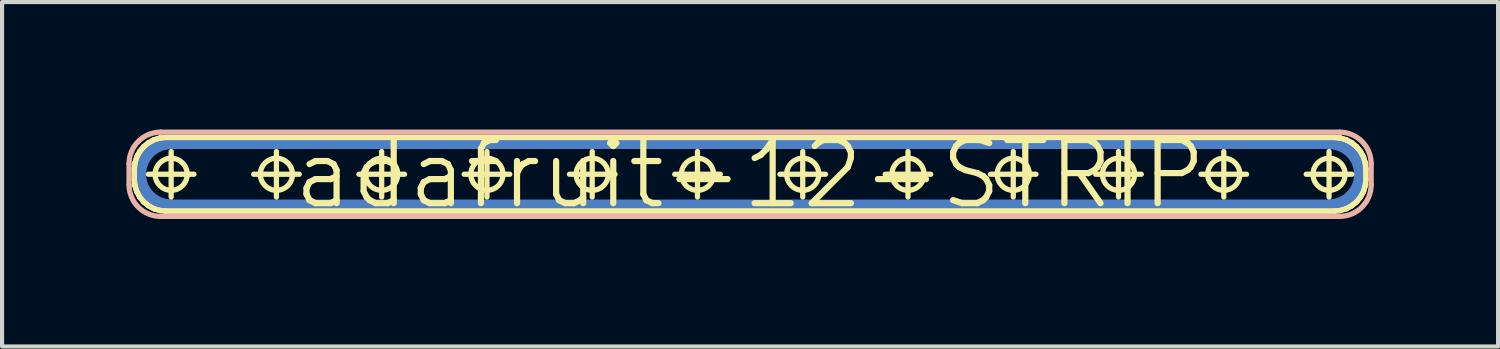
<source format=kicad_pcb>
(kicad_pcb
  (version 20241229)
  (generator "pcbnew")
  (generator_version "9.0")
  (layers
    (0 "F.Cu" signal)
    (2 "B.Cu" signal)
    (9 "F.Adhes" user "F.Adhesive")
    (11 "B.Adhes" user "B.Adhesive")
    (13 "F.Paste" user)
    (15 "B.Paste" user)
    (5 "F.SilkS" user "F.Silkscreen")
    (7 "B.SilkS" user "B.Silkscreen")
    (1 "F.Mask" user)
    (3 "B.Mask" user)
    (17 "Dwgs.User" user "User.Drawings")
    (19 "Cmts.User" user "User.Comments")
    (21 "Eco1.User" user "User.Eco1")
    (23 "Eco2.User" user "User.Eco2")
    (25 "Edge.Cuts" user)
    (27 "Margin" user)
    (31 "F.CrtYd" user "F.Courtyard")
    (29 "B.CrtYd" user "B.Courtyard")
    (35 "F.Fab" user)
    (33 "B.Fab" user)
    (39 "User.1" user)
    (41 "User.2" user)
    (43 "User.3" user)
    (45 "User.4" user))
  (footprint "adafruit-12-STRIP"
    (layer "F.Cu")
    (at 15.05 1.155)
    (property "Reference" "adafruit-12-STRIP" (at 0 0 0) (layer "F.SilkS") (effects (font (size 1.524 1.524) (thickness 0.15))))
    (attr exclude_from_pos_files exclude_from_bom)
    (fp_line (start -14.732 0) (end -14.717 -0.147) (stroke (width 0.305) (type solid)) (layer "B.Cu"))
    (fp_line (start -14.717 -0.147) (end -14.674 -0.29) (stroke (width 0.305) (type solid)) (layer "B.Cu"))
    (fp_line (start -14.717 0.147) (end -14.732 0) (stroke (width 0.305) (type solid)) (layer "B.Cu"))
    (fp_line (start -14.674 -0.29) (end -14.602 -0.422) (stroke (width 0.305) (type solid)) (layer "B.Cu"))
    (fp_line (start -14.674 0.29) (end -14.717 0.147) (stroke (width 0.305) (type solid)) (layer "B.Cu"))
    (fp_line (start -14.602 -0.422) (end -14.508 -0.538) (stroke (width 0.305) (type solid)) (layer "B.Cu"))
    (fp_line (start -14.602 0.422) (end -14.674 0.29) (stroke (width 0.305) (type solid)) (layer "B.Cu"))
    (fp_line (start -14.508 -0.538) (end -14.392 -0.632) (stroke (width 0.305) (type solid)) (layer "B.Cu"))
    (fp_line (start -14.508 0.538) (end -14.602 0.422) (stroke (width 0.305) (type solid)) (layer "B.Cu"))
    (fp_line (start -14.392 -0.632) (end -14.26 -0.704) (stroke (width 0.305) (type solid)) (layer "B.Cu"))
    (fp_line (start -14.392 0.632) (end -14.508 0.538) (stroke (width 0.305) (type solid)) (layer "B.Cu"))
    (fp_line (start -14.26 -0.704) (end -14.117 -0.747) (stroke (width 0.305) (type solid)) (layer "B.Cu"))
    (fp_line (start -14.26 0.704) (end -14.392 0.632) (stroke (width 0.305) (type solid)) (layer "B.Cu"))
    (fp_line (start -14.117 -0.747) (end -13.97 -0.762) (stroke (width 0.305) (type solid)) (layer "B.Cu"))
    (fp_line (start -14.117 0.747) (end -14.26 0.704) (stroke (width 0.305) (type solid)) (layer "B.Cu"))
    (fp_line (start -13.97 -0.762) (end 13.97 -0.762) (stroke (width 0.305) (type solid)) (layer "B.Cu"))
    (fp_line (start -13.97 0.762) (end -14.117 0.747) (stroke (width 0.305) (type solid)) (layer "B.Cu"))
    (fp_line (start 13.97 -0.762) (end 14.117 -0.747) (stroke (width 0.305) (type solid)) (layer "B.Cu"))
    (fp_line (start 13.97 0.762) (end -13.97 0.762) (stroke (width 0.305) (type solid)) (layer "B.Cu"))
    (fp_line (start 14.117 -0.747) (end 14.26 -0.704) (stroke (width 0.305) (type solid)) (layer "B.Cu"))
    (fp_line (start 14.117 0.747) (end 13.97 0.762) (stroke (width 0.305) (type solid)) (layer "B.Cu"))
    (fp_line (start 14.26 -0.704) (end 14.392 -0.632) (stroke (width 0.305) (type solid)) (layer "B.Cu"))
    (fp_line (start 14.26 0.704) (end 14.117 0.747) (stroke (width 0.305) (type solid)) (layer "B.Cu"))
    (fp_line (start 14.392 -0.632) (end 14.508 -0.538) (stroke (width 0.305) (type solid)) (layer "B.Cu"))
    (fp_line (start 14.392 0.632) (end 14.26 0.704) (stroke (width 0.305) (type solid)) (layer "B.Cu"))
    (fp_line (start 14.508 -0.538) (end 14.602 -0.422) (stroke (width 0.305) (type solid)) (layer "B.Cu"))
    (fp_line (start 14.508 0.538) (end 14.392 0.632) (stroke (width 0.305) (type solid)) (layer "B.Cu"))
    (fp_line (start 14.602 -0.422) (end 14.674 -0.29) (stroke (width 0.305) (type solid)) (layer "B.Cu"))
    (fp_line (start 14.602 0.422) (end 14.508 0.538) (stroke (width 0.305) (type solid)) (layer "B.Cu"))
    (fp_line (start 14.674 -0.29) (end 14.717 -0.147) (stroke (width 0.305) (type solid)) (layer "B.Cu"))
    (fp_line (start 14.674 0.29) (end 14.602 0.422) (stroke (width 0.305) (type solid)) (layer "B.Cu"))
    (fp_line (start 14.717 -0.147) (end 14.732 0) (stroke (width 0.305) (type solid)) (layer "B.Cu"))
    (fp_line (start 14.717 0.147) (end 14.674 0.29) (stroke (width 0.305) (type solid)) (layer "B.Cu"))
    (fp_line (start 14.732 0) (end 14.717 0.147) (stroke (width 0.305) (type solid)) (layer "B.Cu"))
    (fp_line (start -14.859 -0.127) (end -14.859 0.127) (stroke (width 0.127) (type solid)) (layer "F.SilkS"))
    (fp_line (start -14.859 -0.127) (end -14.844 -0.274) (stroke (width 0.127) (type solid)) (layer "F.SilkS"))
    (fp_line (start -14.859 0.127) (end -14.859 -0.127) (stroke (width 0.127) (type solid)) (layer "F.SilkS"))
    (fp_line (start -14.859 0.127) (end -14.844 0.274) (stroke (width 0.127) (type solid)) (layer "F.SilkS"))
    (fp_line (start -14.844 -0.274) (end -14.859 -0.127) (stroke (width 0.127) (type solid)) (layer "F.SilkS"))
    (fp_line (start -14.844 -0.274) (end -14.801 -0.417) (stroke (width 0.127) (type solid)) (layer "F.SilkS"))
    (fp_line (start -14.844 0.274) (end -14.859 0.127) (stroke (width 0.127) (type solid)) (layer "F.SilkS"))
    (fp_line (start -14.844 0.274) (end -14.801 0.417) (stroke (width 0.127) (type solid)) (layer "F.SilkS"))
    (fp_line (start -14.801 -0.417) (end -14.844 -0.274) (stroke (width 0.127) (type solid)) (layer "F.SilkS"))
    (fp_line (start -14.801 -0.417) (end -14.729 -0.549) (stroke (width 0.127) (type solid)) (layer "F.SilkS"))
    (fp_line (start -14.801 0.417) (end -14.844 0.274) (stroke (width 0.127) (type solid)) (layer "F.SilkS"))
    (fp_line (start -14.801 0.417) (end -14.729 0.549) (stroke (width 0.127) (type solid)) (layer "F.SilkS"))
    (fp_line (start -14.729 -0.549) (end -14.801 -0.417) (stroke (width 0.127) (type solid)) (layer "F.SilkS"))
    (fp_line (start -14.729 -0.549) (end -14.635 -0.665) (stroke (width 0.127) (type solid)) (layer "F.SilkS"))
    (fp_line (start -14.729 0.549) (end -14.801 0.417) (stroke (width 0.127) (type solid)) (layer "F.SilkS"))
    (fp_line (start -14.729 0.549) (end -14.635 0.665) (stroke (width 0.127) (type solid)) (layer "F.SilkS"))
    (fp_line (start -14.635 -0.665) (end -14.729 -0.549) (stroke (width 0.127) (type solid)) (layer "F.SilkS"))
    (fp_line (start -14.635 -0.665) (end -14.519 -0.759) (stroke (width 0.127) (type solid)) (layer "F.SilkS"))
    (fp_line (start -14.635 0.665) (end -14.729 0.549) (stroke (width 0.127) (type solid)) (layer "F.SilkS"))
    (fp_line (start -14.635 0.665) (end -14.519 0.759) (stroke (width 0.127) (type solid)) (layer "F.SilkS"))
    (fp_line (start -14.519 -0.759) (end -14.635 -0.665) (stroke (width 0.127) (type solid)) (layer "F.SilkS"))
    (fp_line (start -14.519 -0.759) (end -14.387 -0.831) (stroke (width 0.127) (type solid)) (layer "F.SilkS"))
    (fp_line (start -14.519 0) (end -13.419 0) (stroke (width 0.127) (type solid)) (layer "F.SilkS"))
    (fp_line (start -14.519 0.759) (end -14.635 0.665) (stroke (width 0.127) (type solid)) (layer "F.SilkS"))
    (fp_line (start -14.519 0.759) (end -14.387 0.831) (stroke (width 0.127) (type solid)) (layer "F.SilkS"))
    (fp_line (start -14.387 -0.831) (end -14.519 -0.759) (stroke (width 0.127) (type solid)) (layer "F.SilkS"))
    (fp_line (start -14.387 -0.831) (end -14.244 -0.874) (stroke (width 0.127) (type solid)) (layer "F.SilkS"))
    (fp_line (start -14.387 0.831) (end -14.519 0.759) (stroke (width 0.127) (type solid)) (layer "F.SilkS"))
    (fp_line (start -14.387 0.831) (end -14.244 0.874) (stroke (width 0.127) (type solid)) (layer "F.SilkS"))
    (fp_line (start -14.244 -0.874) (end -14.387 -0.831) (stroke (width 0.127) (type solid)) (layer "F.SilkS"))
    (fp_line (start -14.244 -0.874) (end -14.097 -0.889) (stroke (width 0.127) (type solid)) (layer "F.SilkS"))
    (fp_line (start -14.244 0.874) (end -14.387 0.831) (stroke (width 0.127) (type solid)) (layer "F.SilkS"))
    (fp_line (start -14.244 0.874) (end -14.097 0.889) (stroke (width 0.127) (type solid)) (layer "F.SilkS"))
    (fp_line (start -14.097 -0.889) (end -14.244 -0.874) (stroke (width 0.127) (type solid)) (layer "F.SilkS"))
    (fp_line (start -14.097 -0.889) (end 14.097 -0.889) (stroke (width 0.127) (type solid)) (layer "F.SilkS"))
    (fp_line (start -14.097 0.889) (end -14.244 0.874) (stroke (width 0.127) (type solid)) (layer "F.SilkS"))
    (fp_line (start -14.097 0.889) (end 14.097 0.889) (stroke (width 0.127) (type solid)) (layer "F.SilkS"))
    (fp_line (start -13.97 0.549) (end -13.97 -0.549) (stroke (width 0.127) (type solid)) (layer "F.SilkS"))
    (fp_line (start -11.979 0) (end -10.879 0) (stroke (width 0.127) (type solid)) (layer "F.SilkS"))
    (fp_line (start -11.43 0.549) (end -11.43 -0.549) (stroke (width 0.127) (type solid)) (layer "F.SilkS"))
    (fp_line (start -9.439 0) (end -8.339 0) (stroke (width 0.127) (type solid)) (layer "F.SilkS"))
    (fp_line (start -8.89 0.549) (end -8.89 -0.549) (stroke (width 0.127) (type solid)) (layer "F.SilkS"))
    (fp_line (start -6.899 0) (end -5.799 0) (stroke (width 0.127) (type solid)) (layer "F.SilkS"))
    (fp_line (start -6.35 0.549) (end -6.35 -0.549) (stroke (width 0.127) (type solid)) (layer "F.SilkS"))
    (fp_line (start -4.359 0) (end -3.259 0) (stroke (width 0.127) (type solid)) (layer "F.SilkS"))
    (fp_line (start -3.81 0.549) (end -3.81 -0.549) (stroke (width 0.127) (type solid)) (layer "F.SilkS"))
    (fp_line (start -1.819 0) (end -0.719 0) (stroke (width 0.127) (type solid)) (layer "F.SilkS"))
    (fp_line (start -1.27 0.549) (end -1.27 -0.549) (stroke (width 0.127) (type solid)) (layer "F.SilkS"))
    (fp_line (start 0.719 0) (end 1.819 0) (stroke (width 0.127) (type solid)) (layer "F.SilkS"))
    (fp_line (start 1.27 0.549) (end 1.27 -0.549) (stroke (width 0.127) (type solid)) (layer "F.SilkS"))
    (fp_line (start 3.259 0) (end 4.359 0) (stroke (width 0.127) (type solid)) (layer "F.SilkS"))
    (fp_line (start 3.81 0.549) (end 3.81 -0.549) (stroke (width 0.127) (type solid)) (layer "F.SilkS"))
    (fp_line (start 5.799 0) (end 6.899 0) (stroke (width 0.127) (type solid)) (layer "F.SilkS"))
    (fp_line (start 6.35 0.549) (end 6.35 -0.549) (stroke (width 0.127) (type solid)) (layer "F.SilkS"))
    (fp_line (start 8.339 0) (end 9.439 0) (stroke (width 0.127) (type solid)) (layer "F.SilkS"))
    (fp_line (start 8.89 0.549) (end 8.89 -0.549) (stroke (width 0.127) (type solid)) (layer "F.SilkS"))
    (fp_line (start 10.879 0) (end 11.979 0) (stroke (width 0.127) (type solid)) (layer "F.SilkS"))
    (fp_line (start 11.43 0.549) (end 11.43 -0.549) (stroke (width 0.127) (type solid)) (layer "F.SilkS"))
    (fp_line (start 13.419 0) (end 14.519 0) (stroke (width 0.127) (type solid)) (layer "F.SilkS"))
    (fp_line (start 13.97 0.549) (end 13.97 -0.549) (stroke (width 0.127) (type solid)) (layer "F.SilkS"))
    (fp_line (start 14.097 -0.889) (end -14.097 -0.889) (stroke (width 0.127) (type solid)) (layer "F.SilkS"))
    (fp_line (start 14.097 -0.889) (end 14.244 -0.874) (stroke (width 0.127) (type solid)) (layer "F.SilkS"))
    (fp_line (start 14.097 0.889) (end -14.097 0.889) (stroke (width 0.127) (type solid)) (layer "F.SilkS"))
    (fp_line (start 14.097 0.889) (end 14.244 0.874) (stroke (width 0.127) (type solid)) (layer "F.SilkS"))
    (fp_line (start 14.244 -0.874) (end 14.097 -0.889) (stroke (width 0.127) (type solid)) (layer "F.SilkS"))
    (fp_line (start 14.244 -0.874) (end 14.387 -0.831) (stroke (width 0.127) (type solid)) (layer "F.SilkS"))
    (fp_line (start 14.244 0.874) (end 14.097 0.889) (stroke (width 0.127) (type solid)) (layer "F.SilkS"))
    (fp_line (start 14.244 0.874) (end 14.387 0.831) (stroke (width 0.127) (type solid)) (layer "F.SilkS"))
    (fp_line (start 14.387 -0.831) (end 14.244 -0.874) (stroke (width 0.127) (type solid)) (layer "F.SilkS"))
    (fp_line (start 14.387 -0.831) (end 14.519 -0.759) (stroke (width 0.127) (type solid)) (layer "F.SilkS"))
    (fp_line (start 14.387 0.831) (end 14.244 0.874) (stroke (width 0.127) (type solid)) (layer "F.SilkS"))
    (fp_line (start 14.387 0.831) (end 14.519 0.759) (stroke (width 0.127) (type solid)) (layer "F.SilkS"))
    (fp_line (start 14.519 -0.759) (end 14.387 -0.831) (stroke (width 0.127) (type solid)) (layer "F.SilkS"))
    (fp_line (start 14.519 -0.759) (end 14.635 -0.665) (stroke (width 0.127) (type solid)) (layer "F.SilkS"))
    (fp_line (start 14.519 0.759) (end 14.387 0.831) (stroke (width 0.127) (type solid)) (layer "F.SilkS"))
    (fp_line (start 14.519 0.759) (end 14.635 0.665) (stroke (width 0.127) (type solid)) (layer "F.SilkS"))
    (fp_line (start 14.635 -0.665) (end 14.519 -0.759) (stroke (width 0.127) (type solid)) (layer "F.SilkS"))
    (fp_line (start 14.635 -0.665) (end 14.729 -0.549) (stroke (width 0.127) (type solid)) (layer "F.SilkS"))
    (fp_line (start 14.635 0.665) (end 14.519 0.759) (stroke (width 0.127) (type solid)) (layer "F.SilkS"))
    (fp_line (start 14.635 0.665) (end 14.729 0.549) (stroke (width 0.127) (type solid)) (layer "F.SilkS"))
    (fp_line (start 14.729 -0.549) (end 14.635 -0.665) (stroke (width 0.127) (type solid)) (layer "F.SilkS"))
    (fp_line (start 14.729 -0.549) (end 14.801 -0.417) (stroke (width 0.127) (type solid)) (layer "F.SilkS"))
    (fp_line (start 14.729 0.549) (end 14.635 0.665) (stroke (width 0.127) (type solid)) (layer "F.SilkS"))
    (fp_line (start 14.729 0.549) (end 14.801 0.417) (stroke (width 0.127) (type solid)) (layer "F.SilkS"))
    (fp_line (start 14.801 -0.417) (end 14.729 -0.549) (stroke (width 0.127) (type solid)) (layer "F.SilkS"))
    (fp_line (start 14.801 -0.417) (end 14.844 -0.274) (stroke (width 0.127) (type solid)) (layer "F.SilkS"))
    (fp_line (start 14.801 0.417) (end 14.729 0.549) (stroke (width 0.127) (type solid)) (layer "F.SilkS"))
    (fp_line (start 14.801 0.417) (end 14.844 0.274) (stroke (width 0.127) (type solid)) (layer "F.SilkS"))
    (fp_line (start 14.844 -0.274) (end 14.801 -0.417) (stroke (width 0.127) (type solid)) (layer "F.SilkS"))
    (fp_line (start 14.844 -0.274) (end 14.859 -0.127) (stroke (width 0.127) (type solid)) (layer "F.SilkS"))
    (fp_line (start 14.844 0.274) (end 14.801 0.417) (stroke (width 0.127) (type solid)) (layer "F.SilkS"))
    (fp_line (start 14.844 0.274) (end 14.859 0.127) (stroke (width 0.127) (type solid)) (layer "F.SilkS"))
    (fp_line (start 14.859 -0.127) (end 14.844 -0.274) (stroke (width 0.127) (type solid)) (layer "F.SilkS"))
    (fp_line (start 14.859 -0.127) (end 14.859 0.127) (stroke (width 0.127) (type solid)) (layer "F.SilkS"))
    (fp_line (start 14.859 0.127) (end 14.844 0.274) (stroke (width 0.127) (type solid)) (layer "F.SilkS"))
    (fp_line (start 14.859 0.127) (end 14.859 -0.127) (stroke (width 0.127) (type solid)) (layer "F.SilkS"))
    (fp_circle (center -13.97 0) (end -14.244 0.274) (stroke (width 0.127) (type solid)) (fill no) (layer "F.SilkS"))
    (fp_circle (center -11.43 0) (end -11.704 0.274) (stroke (width 0.127) (type solid)) (fill no) (layer "F.SilkS"))
    (fp_circle (center -8.89 0) (end -9.164 0.274) (stroke (width 0.127) (type solid)) (fill no) (layer "F.SilkS"))
    (fp_circle (center -6.35 0) (end -6.624 0.274) (stroke (width 0.127) (type solid)) (fill no) (layer "F.SilkS"))
    (fp_circle (center -3.81 0) (end -4.084 0.274) (stroke (width 0.127) (type solid)) (fill no) (layer "F.SilkS"))
    (fp_circle (center -1.27 0) (end -1.544 0.274) (stroke (width 0.127) (type solid)) (fill no) (layer "F.SilkS"))
    (fp_circle (center 1.27 0) (end 1.544 0.274) (stroke (width 0.127) (type solid)) (fill no) (layer "F.SilkS"))
    (fp_circle (center 3.81 0) (end 4.084 0.274) (stroke (width 0.127) (type solid)) (fill no) (layer "F.SilkS"))
    (fp_circle (center 6.35 0) (end 6.624 0.274) (stroke (width 0.127) (type solid)) (fill no) (layer "F.SilkS"))
    (fp_circle (center 8.89 0) (end 9.164 0.274) (stroke (width 0.127) (type solid)) (fill no) (layer "F.SilkS"))
    (fp_circle (center 11.43 0) (end 11.704 0.274) (stroke (width 0.127) (type solid)) (fill no) (layer "F.SilkS"))
    (fp_circle (center 13.97 0) (end 14.244 0.274) (stroke (width 0.127) (type solid)) (fill no) (layer "F.SilkS"))
    (fp_line (start -14.986 0.254) (end -14.986 -0.254) (stroke (width 0.127) (type solid)) (layer "B.SilkS"))
    (fp_line (start -14.224 -1.016) (end 14.224 -1.016) (stroke (width 0.127) (type solid)) (layer "B.SilkS"))
    (fp_line (start 14.224 1.016) (end -14.224 1.016) (stroke (width 0.127) (type solid)) (layer "B.SilkS"))
    (fp_line (start 14.986 -0.254) (end 14.986 0.254) (stroke (width 0.127) (type solid)) (layer "B.SilkS"))
    (fp_arc (start -14.986 -0.254) (mid -14.762815 -0.792815) (end -14.224 -1.016) (stroke (width 0.127) (type solid)) (layer "B.SilkS"))
    (fp_arc (start -14.224 1.016) (mid -14.762815 0.792815) (end -14.986 0.254) (stroke (width 0.127) (type solid)) (layer "B.SilkS"))
    (fp_arc (start 14.224 -1.016) (mid 14.762815 -0.792815) (end 14.986 -0.254) (stroke (width 0.127) (type solid)) (layer "B.SilkS"))
    (fp_arc (start 14.986 0.254) (mid 14.762815 0.792815) (end 14.224 1.016) (stroke (width 0.127) (type solid)) (layer "B.SilkS"))
    (fp_line (start -14.732 0) (end -14.717 0.147) (stroke (width 0.305) (type solid)) (layer "B.Adhes"))
    (fp_line (start -14.717 -0.147) (end -14.732 0) (stroke (width 0.305) (type solid)) (layer "B.Adhes"))
    (fp_line (start -14.717 0.147) (end -14.674 0.29) (stroke (width 0.305) (type solid)) (layer "B.Adhes"))
    (fp_line (start -14.674 -0.29) (end -14.717 -0.147) (stroke (width 0.305) (type solid)) (layer "B.Adhes"))
    (fp_line (start -14.674 0.29) (end -14.602 0.422) (stroke (width 0.305) (type solid)) (layer "B.Adhes"))
    (fp_line (start -14.602 -0.422) (end -14.674 -0.29) (stroke (width 0.305) (type solid)) (layer "B.Adhes"))
    (fp_line (start -14.602 0.422) (end -14.508 0.538) (stroke (width 0.305) (type solid)) (layer "B.Adhes"))
    (fp_line (start -14.508 -0.538) (end -14.602 -0.422) (stroke (width 0.305) (type solid)) (layer "B.Adhes"))
    (fp_line (start -14.508 0.538) (end -14.392 0.632) (stroke (width 0.305) (type solid)) (layer "B.Adhes"))
    (fp_line (start -14.392 -0.632) (end -14.508 -0.538) (stroke (width 0.305) (type solid)) (layer "B.Adhes"))
    (fp_line (start -14.392 0.632) (end -14.26 0.704) (stroke (width 0.305) (type solid)) (layer "B.Adhes"))
    (fp_line (start -14.26 -0.704) (end -14.392 -0.632) (stroke (width 0.305) (type solid)) (layer "B.Adhes"))
    (fp_line (start -14.26 0.704) (end -14.117 0.747) (stroke (width 0.305) (type solid)) (layer "B.Adhes"))
    (fp_line (start -14.117 -0.747) (end -14.26 -0.704) (stroke (width 0.305) (type solid)) (layer "B.Adhes"))
    (fp_line (start -14.117 0.747) (end -13.97 0.762) (stroke (width 0.305) (type solid)) (layer "B.Adhes"))
    (fp_line (start -13.97 -0.762) (end -14.117 -0.747) (stroke (width 0.305) (type solid)) (layer "B.Adhes"))
    (fp_line (start -13.97 0.762) (end 13.97 0.762) (stroke (width 0.305) (type solid)) (layer "B.Adhes"))
    (fp_line (start 13.97 -0.762) (end -13.97 -0.762) (stroke (width 0.305) (type solid)) (layer "B.Adhes"))
    (fp_line (start 13.97 0.762) (end 14.117 0.747) (stroke (width 0.305) (type solid)) (layer "B.Adhes"))
    (fp_line (start 14.117 -0.747) (end 13.97 -0.762) (stroke (width 0.305) (type solid)) (layer "B.Adhes"))
    (fp_line (start 14.117 0.747) (end 14.26 0.704) (stroke (width 0.305) (type solid)) (layer "B.Adhes"))
    (fp_line (start 14.26 -0.704) (end 14.117 -0.747) (stroke (width 0.305) (type solid)) (layer "B.Adhes"))
    (fp_line (start 14.26 0.704) (end 14.392 0.632) (stroke (width 0.305) (type solid)) (layer "B.Adhes"))
    (fp_line (start 14.392 -0.632) (end 14.26 -0.704) (stroke (width 0.305) (type solid)) (layer "B.Adhes"))
    (fp_line (start 14.392 0.632) (end 14.508 0.538) (stroke (width 0.305) (type solid)) (layer "B.Adhes"))
    (fp_line (start 14.508 -0.538) (end 14.392 -0.632) (stroke (width 0.305) (type solid)) (layer "B.Adhes"))
    (fp_line (start 14.508 0.538) (end 14.602 0.422) (stroke (width 0.305) (type solid)) (layer "B.Adhes"))
    (fp_line (start 14.602 -0.422) (end 14.508 -0.538) (stroke (width 0.305) (type solid)) (layer "B.Adhes"))
    (fp_line (start 14.602 0.422) (end 14.674 0.29) (stroke (width 0.305) (type solid)) (layer "B.Adhes"))
    (fp_line (start 14.674 -0.29) (end 14.602 -0.422) (stroke (width 0.305) (type solid)) (layer "B.Adhes"))
    (fp_line (start 14.674 0.29) (end 14.717 0.147) (stroke (width 0.305) (type solid)) (layer "B.Adhes"))
    (fp_line (start 14.717 -0.147) (end 14.674 -0.29) (stroke (width 0.305) (type solid)) (layer "B.Adhes"))
    (fp_line (start 14.717 0.147) (end 14.732 0) (stroke (width 0.305) (type solid)) (layer "B.Adhes"))
    (fp_line (start 14.732 0) (end 14.717 -0.147) (stroke (width 0.305) (type solid)) (layer "B.Adhes")))
  (gr_rect
    (start -3 -3)
    (end 33.099 5.31)
    (stroke (width 0.1) (type default))
    (fill no)
    (layer "Edge.Cuts")))
</source>
